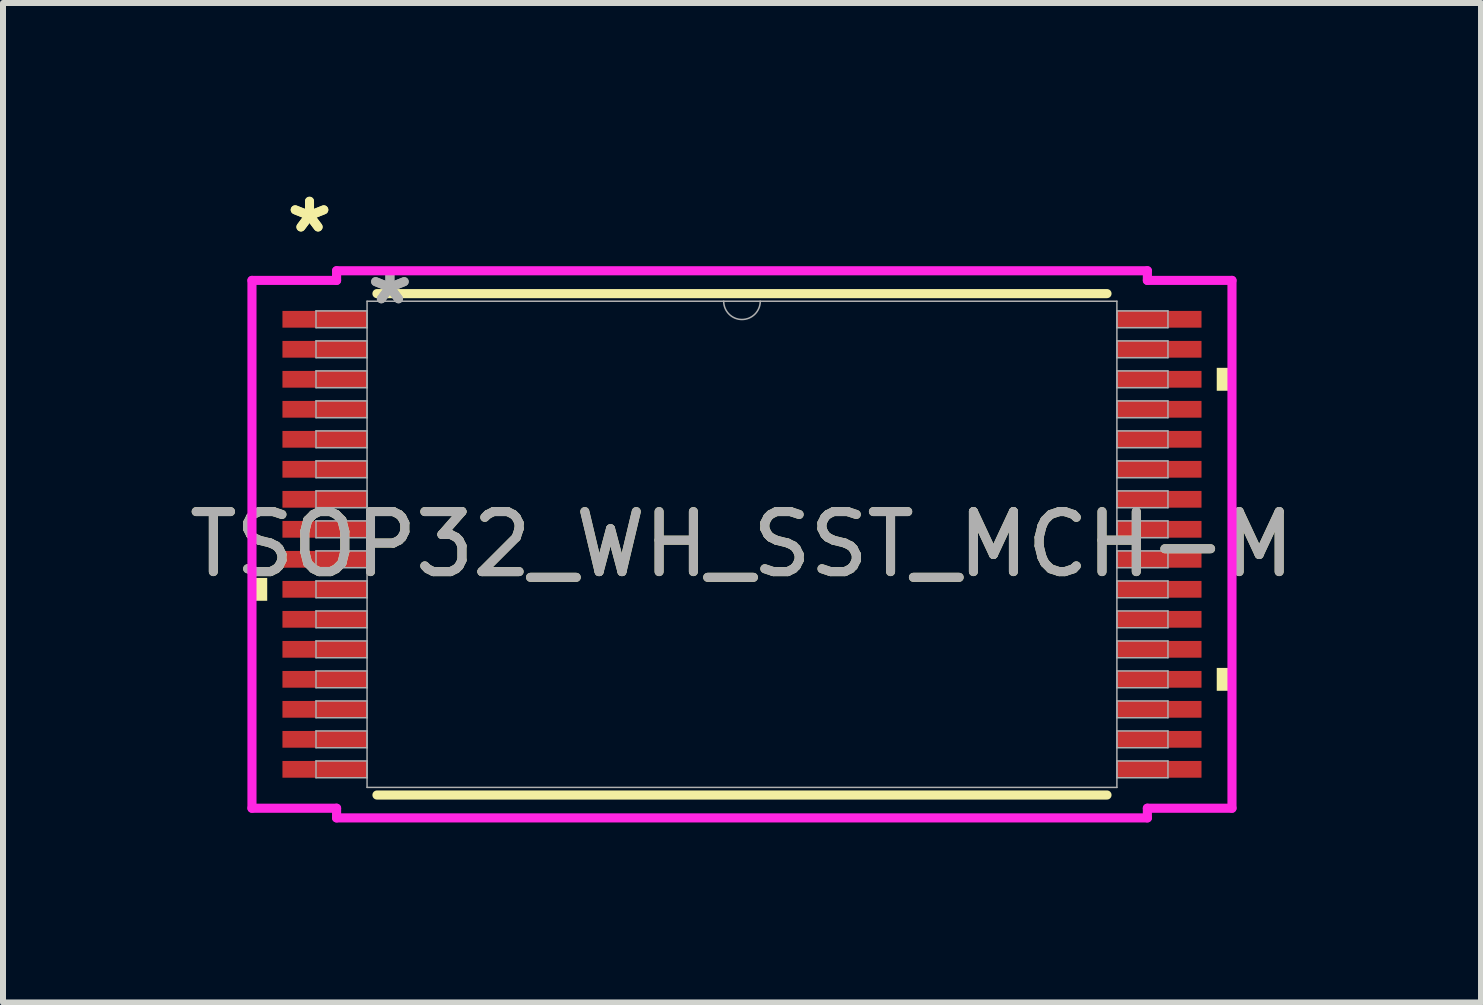
<source format=kicad_pcb>
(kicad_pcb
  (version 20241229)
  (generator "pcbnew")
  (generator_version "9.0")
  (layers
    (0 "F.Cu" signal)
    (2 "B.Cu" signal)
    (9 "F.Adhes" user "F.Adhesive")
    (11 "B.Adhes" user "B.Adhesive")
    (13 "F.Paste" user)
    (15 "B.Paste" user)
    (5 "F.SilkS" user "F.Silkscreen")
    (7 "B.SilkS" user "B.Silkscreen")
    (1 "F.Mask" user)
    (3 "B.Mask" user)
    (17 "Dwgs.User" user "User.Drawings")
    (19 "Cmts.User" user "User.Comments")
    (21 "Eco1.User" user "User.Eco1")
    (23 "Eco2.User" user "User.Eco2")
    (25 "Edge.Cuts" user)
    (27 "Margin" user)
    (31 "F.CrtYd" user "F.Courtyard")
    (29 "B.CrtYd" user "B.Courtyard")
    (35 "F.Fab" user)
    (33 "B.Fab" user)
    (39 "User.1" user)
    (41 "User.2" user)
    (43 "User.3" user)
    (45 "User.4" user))
  (footprint "TSOP32_WH_SST_MCH-M"
    (layer "F.Cu")
    (at 9.315 6.021)
    (property "Reference" "TSOP32_WH_SST_MCH-M" (at 0 0 0) (unlocked yes) (layer "F.SilkS") (effects (font (size 1 1) (thickness 0.15))))
    (attr smd)
    (fp_line (start -6.083 4.178) (end 6.083 4.178) (stroke (width 0.152) (type solid)) (layer "F.SilkS"))
    (fp_line (start 6.083 -4.178) (end -6.083 -4.178) (stroke (width 0.152) (type solid)) (layer "F.SilkS"))
    (fp_poly (pts (xy -8.166 0.56) (xy -8.166 0.941) (xy -7.912 0.941) (xy -7.912 0.56)) (stroke (width 0) (type solid)) (fill yes) (layer "F.SilkS"))
    (fp_poly (pts (xy 8.166 -2.941) (xy 8.166 -2.559) (xy 7.912 -2.559) (xy 7.912 -2.941)) (stroke (width 0) (type solid)) (fill yes) (layer "F.SilkS"))
    (fp_poly (pts (xy 8.166 2.06) (xy 8.166 2.441) (xy 7.912 2.441) (xy 7.912 2.06)) (stroke (width 0) (type solid)) (fill yes) (layer "F.SilkS"))
    (fp_line (start -8.166 -4.398) (end -6.756 -4.398) (stroke (width 0.152) (type solid)) (layer "F.CrtYd"))
    (fp_line (start -8.166 4.398) (end -8.166 -4.398) (stroke (width 0.152) (type solid)) (layer "F.CrtYd"))
    (fp_line (start -8.166 4.398) (end -6.756 4.398) (stroke (width 0.152) (type solid)) (layer "F.CrtYd"))
    (fp_line (start -6.756 -4.559) (end 6.756 -4.559) (stroke (width 0.152) (type solid)) (layer "F.CrtYd"))
    (fp_line (start -6.756 -4.398) (end -6.756 -4.559) (stroke (width 0.152) (type solid)) (layer "F.CrtYd"))
    (fp_line (start -6.756 4.559) (end -6.756 4.398) (stroke (width 0.152) (type solid)) (layer "F.CrtYd"))
    (fp_line (start 6.756 -4.559) (end 6.756 -4.398) (stroke (width 0.152) (type solid)) (layer "F.CrtYd"))
    (fp_line (start 6.756 4.398) (end 6.756 4.559) (stroke (width 0.152) (type solid)) (layer "F.CrtYd"))
    (fp_line (start 6.756 4.559) (end -6.756 4.559) (stroke (width 0.152) (type solid)) (layer "F.CrtYd"))
    (fp_line (start 8.166 -4.398) (end 6.756 -4.398) (stroke (width 0.152) (type solid)) (layer "F.CrtYd"))
    (fp_line (start 8.166 -4.398) (end 8.166 4.398) (stroke (width 0.152) (type solid)) (layer "F.CrtYd"))
    (fp_line (start 8.166 4.398) (end 6.756 4.398) (stroke (width 0.152) (type solid)) (layer "F.CrtYd"))
    (fp_line (start -7.099 -3.89) (end -7.099 -3.61) (stroke (width 0.025) (type solid)) (layer "F.Fab"))
    (fp_line (start -7.099 -3.61) (end -6.248 -3.61) (stroke (width 0.025) (type solid)) (layer "F.Fab"))
    (fp_line (start -7.099 -3.39) (end -7.099 -3.11) (stroke (width 0.025) (type solid)) (layer "F.Fab"))
    (fp_line (start -7.099 -3.11) (end -6.248 -3.11) (stroke (width 0.025) (type solid)) (layer "F.Fab"))
    (fp_line (start -7.099 -2.89) (end -7.099 -2.61) (stroke (width 0.025) (type solid)) (layer "F.Fab"))
    (fp_line (start -7.099 -2.61) (end -6.248 -2.61) (stroke (width 0.025) (type solid)) (layer "F.Fab"))
    (fp_line (start -7.099 -2.39) (end -7.099 -2.11) (stroke (width 0.025) (type solid)) (layer "F.Fab"))
    (fp_line (start -7.099 -2.11) (end -6.248 -2.11) (stroke (width 0.025) (type solid)) (layer "F.Fab"))
    (fp_line (start -7.099 -1.89) (end -7.099 -1.61) (stroke (width 0.025) (type solid)) (layer "F.Fab"))
    (fp_line (start -7.099 -1.61) (end -6.248 -1.61) (stroke (width 0.025) (type solid)) (layer "F.Fab"))
    (fp_line (start -7.099 -1.39) (end -7.099 -1.11) (stroke (width 0.025) (type solid)) (layer "F.Fab"))
    (fp_line (start -7.099 -1.11) (end -6.248 -1.11) (stroke (width 0.025) (type solid)) (layer "F.Fab"))
    (fp_line (start -7.099 -0.89) (end -7.099 -0.61) (stroke (width 0.025) (type solid)) (layer "F.Fab"))
    (fp_line (start -7.099 -0.61) (end -6.248 -0.61) (stroke (width 0.025) (type solid)) (layer "F.Fab"))
    (fp_line (start -7.099 -0.39) (end -7.099 -0.11) (stroke (width 0.025) (type solid)) (layer "F.Fab"))
    (fp_line (start -7.099 -0.11) (end -6.248 -0.11) (stroke (width 0.025) (type solid)) (layer "F.Fab"))
    (fp_line (start -7.099 0.11) (end -7.099 0.39) (stroke (width 0.025) (type solid)) (layer "F.Fab"))
    (fp_line (start -7.099 0.39) (end -6.248 0.39) (stroke (width 0.025) (type solid)) (layer "F.Fab"))
    (fp_line (start -7.099 0.61) (end -7.099 0.89) (stroke (width 0.025) (type solid)) (layer "F.Fab"))
    (fp_line (start -7.099 0.89) (end -6.248 0.89) (stroke (width 0.025) (type solid)) (layer "F.Fab"))
    (fp_line (start -7.099 1.11) (end -7.099 1.39) (stroke (width 0.025) (type solid)) (layer "F.Fab"))
    (fp_line (start -7.099 1.39) (end -6.248 1.39) (stroke (width 0.025) (type solid)) (layer "F.Fab"))
    (fp_line (start -7.099 1.61) (end -7.099 1.89) (stroke (width 0.025) (type solid)) (layer "F.Fab"))
    (fp_line (start -7.099 1.89) (end -6.248 1.89) (stroke (width 0.025) (type solid)) (layer "F.Fab"))
    (fp_line (start -7.099 2.11) (end -7.099 2.39) (stroke (width 0.025) (type solid)) (layer "F.Fab"))
    (fp_line (start -7.099 2.39) (end -6.248 2.39) (stroke (width 0.025) (type solid)) (layer "F.Fab"))
    (fp_line (start -7.099 2.61) (end -7.099 2.89) (stroke (width 0.025) (type solid)) (layer "F.Fab"))
    (fp_line (start -7.099 2.89) (end -6.248 2.89) (stroke (width 0.025) (type solid)) (layer "F.Fab"))
    (fp_line (start -7.099 3.11) (end -7.099 3.39) (stroke (width 0.025) (type solid)) (layer "F.Fab"))
    (fp_line (start -7.099 3.39) (end -6.248 3.39) (stroke (width 0.025) (type solid)) (layer "F.Fab"))
    (fp_line (start -7.099 3.61) (end -7.099 3.89) (stroke (width 0.025) (type solid)) (layer "F.Fab"))
    (fp_line (start -7.099 3.89) (end -6.248 3.89) (stroke (width 0.025) (type solid)) (layer "F.Fab"))
    (fp_line (start -6.248 -4.051) (end -6.248 4.051) (stroke (width 0.025) (type solid)) (layer "F.Fab"))
    (fp_line (start -6.248 -3.89) (end -7.099 -3.89) (stroke (width 0.025) (type solid)) (layer "F.Fab"))
    (fp_line (start -6.248 -3.61) (end -6.248 -3.89) (stroke (width 0.025) (type solid)) (layer "F.Fab"))
    (fp_line (start -6.248 -3.39) (end -7.099 -3.39) (stroke (width 0.025) (type solid)) (layer "F.Fab"))
    (fp_line (start -6.248 -3.11) (end -6.248 -3.39) (stroke (width 0.025) (type solid)) (layer "F.Fab"))
    (fp_line (start -6.248 -2.89) (end -7.099 -2.89) (stroke (width 0.025) (type solid)) (layer "F.Fab"))
    (fp_line (start -6.248 -2.61) (end -6.248 -2.89) (stroke (width 0.025) (type solid)) (layer "F.Fab"))
    (fp_line (start -6.248 -2.39) (end -7.099 -2.39) (stroke (width 0.025) (type solid)) (layer "F.Fab"))
    (fp_line (start -6.248 -2.11) (end -6.248 -2.39) (stroke (width 0.025) (type solid)) (layer "F.Fab"))
    (fp_line (start -6.248 -1.89) (end -7.099 -1.89) (stroke (width 0.025) (type solid)) (layer "F.Fab"))
    (fp_line (start -6.248 -1.61) (end -6.248 -1.89) (stroke (width 0.025) (type solid)) (layer "F.Fab"))
    (fp_line (start -6.248 -1.39) (end -7.099 -1.39) (stroke (width 0.025) (type solid)) (layer "F.Fab"))
    (fp_line (start -6.248 -1.11) (end -6.248 -1.39) (stroke (width 0.025) (type solid)) (layer "F.Fab"))
    (fp_line (start -6.248 -0.89) (end -7.099 -0.89) (stroke (width 0.025) (type solid)) (layer "F.Fab"))
    (fp_line (start -6.248 -0.61) (end -6.248 -0.89) (stroke (width 0.025) (type solid)) (layer "F.Fab"))
    (fp_line (start -6.248 -0.39) (end -7.099 -0.39) (stroke (width 0.025) (type solid)) (layer "F.Fab"))
    (fp_line (start -6.248 -0.11) (end -6.248 -0.39) (stroke (width 0.025) (type solid)) (layer "F.Fab"))
    (fp_line (start -6.248 0.11) (end -7.099 0.11) (stroke (width 0.025) (type solid)) (layer "F.Fab"))
    (fp_line (start -6.248 0.39) (end -6.248 0.11) (stroke (width 0.025) (type solid)) (layer "F.Fab"))
    (fp_line (start -6.248 0.61) (end -7.099 0.61) (stroke (width 0.025) (type solid)) (layer "F.Fab"))
    (fp_line (start -6.248 0.89) (end -6.248 0.61) (stroke (width 0.025) (type solid)) (layer "F.Fab"))
    (fp_line (start -6.248 1.11) (end -7.099 1.11) (stroke (width 0.025) (type solid)) (layer "F.Fab"))
    (fp_line (start -6.248 1.39) (end -6.248 1.11) (stroke (width 0.025) (type solid)) (layer "F.Fab"))
    (fp_line (start -6.248 1.61) (end -7.099 1.61) (stroke (width 0.025) (type solid)) (layer "F.Fab"))
    (fp_line (start -6.248 1.89) (end -6.248 1.61) (stroke (width 0.025) (type solid)) (layer "F.Fab"))
    (fp_line (start -6.248 2.11) (end -7.099 2.11) (stroke (width 0.025) (type solid)) (layer "F.Fab"))
    (fp_line (start -6.248 2.39) (end -6.248 2.11) (stroke (width 0.025) (type solid)) (layer "F.Fab"))
    (fp_line (start -6.248 2.61) (end -7.099 2.61) (stroke (width 0.025) (type solid)) (layer "F.Fab"))
    (fp_line (start -6.248 2.89) (end -6.248 2.61) (stroke (width 0.025) (type solid)) (layer "F.Fab"))
    (fp_line (start -6.248 3.11) (end -7.099 3.11) (stroke (width 0.025) (type solid)) (layer "F.Fab"))
    (fp_line (start -6.248 3.39) (end -6.248 3.11) (stroke (width 0.025) (type solid)) (layer "F.Fab"))
    (fp_line (start -6.248 3.61) (end -7.099 3.61) (stroke (width 0.025) (type solid)) (layer "F.Fab"))
    (fp_line (start -6.248 3.89) (end -6.248 3.61) (stroke (width 0.025) (type solid)) (layer "F.Fab"))
    (fp_line (start -6.248 4.051) (end 6.248 4.051) (stroke (width 0.025) (type solid)) (layer "F.Fab"))
    (fp_line (start 6.248 -4.051) (end -6.248 -4.051) (stroke (width 0.025) (type solid)) (layer "F.Fab"))
    (fp_line (start 6.248 -3.89) (end 6.248 -3.61) (stroke (width 0.025) (type solid)) (layer "F.Fab"))
    (fp_line (start 6.248 -3.61) (end 7.099 -3.61) (stroke (width 0.025) (type solid)) (layer "F.Fab"))
    (fp_line (start 6.248 -3.39) (end 6.248 -3.11) (stroke (width 0.025) (type solid)) (layer "F.Fab"))
    (fp_line (start 6.248 -3.11) (end 7.099 -3.11) (stroke (width 0.025) (type solid)) (layer "F.Fab"))
    (fp_line (start 6.248 -2.89) (end 6.248 -2.61) (stroke (width 0.025) (type solid)) (layer "F.Fab"))
    (fp_line (start 6.248 -2.61) (end 7.099 -2.61) (stroke (width 0.025) (type solid)) (layer "F.Fab"))
    (fp_line (start 6.248 -2.39) (end 6.248 -2.11) (stroke (width 0.025) (type solid)) (layer "F.Fab"))
    (fp_line (start 6.248 -2.11) (end 7.099 -2.11) (stroke (width 0.025) (type solid)) (layer "F.Fab"))
    (fp_line (start 6.248 -1.89) (end 6.248 -1.61) (stroke (width 0.025) (type solid)) (layer "F.Fab"))
    (fp_line (start 6.248 -1.61) (end 7.099 -1.61) (stroke (width 0.025) (type solid)) (layer "F.Fab"))
    (fp_line (start 6.248 -1.39) (end 6.248 -1.11) (stroke (width 0.025) (type solid)) (layer "F.Fab"))
    (fp_line (start 6.248 -1.11) (end 7.099 -1.11) (stroke (width 0.025) (type solid)) (layer "F.Fab"))
    (fp_line (start 6.248 -0.89) (end 6.248 -0.61) (stroke (width 0.025) (type solid)) (layer "F.Fab"))
    (fp_line (start 6.248 -0.61) (end 7.099 -0.61) (stroke (width 0.025) (type solid)) (layer "F.Fab"))
    (fp_line (start 6.248 -0.39) (end 6.248 -0.11) (stroke (width 0.025) (type solid)) (layer "F.Fab"))
    (fp_line (start 6.248 -0.11) (end 7.099 -0.11) (stroke (width 0.025) (type solid)) (layer "F.Fab"))
    (fp_line (start 6.248 0.11) (end 6.248 0.39) (stroke (width 0.025) (type solid)) (layer "F.Fab"))
    (fp_line (start 6.248 0.39) (end 7.099 0.39) (stroke (width 0.025) (type solid)) (layer "F.Fab"))
    (fp_line (start 6.248 0.61) (end 6.248 0.89) (stroke (width 0.025) (type solid)) (layer "F.Fab"))
    (fp_line (start 6.248 0.89) (end 7.099 0.89) (stroke (width 0.025) (type solid)) (layer "F.Fab"))
    (fp_line (start 6.248 1.11) (end 6.248 1.39) (stroke (width 0.025) (type solid)) (layer "F.Fab"))
    (fp_line (start 6.248 1.39) (end 7.099 1.39) (stroke (width 0.025) (type solid)) (layer "F.Fab"))
    (fp_line (start 6.248 1.61) (end 6.248 1.89) (stroke (width 0.025) (type solid)) (layer "F.Fab"))
    (fp_line (start 6.248 1.89) (end 7.099 1.89) (stroke (width 0.025) (type solid)) (layer "F.Fab"))
    (fp_line (start 6.248 2.11) (end 6.248 2.39) (stroke (width 0.025) (type solid)) (layer "F.Fab"))
    (fp_line (start 6.248 2.39) (end 7.099 2.39) (stroke (width 0.025) (type solid)) (layer "F.Fab"))
    (fp_line (start 6.248 2.61) (end 6.248 2.89) (stroke (width 0.025) (type solid)) (layer "F.Fab"))
    (fp_line (start 6.248 2.89) (end 7.099 2.89) (stroke (width 0.025) (type solid)) (layer "F.Fab"))
    (fp_line (start 6.248 3.11) (end 6.248 3.39) (stroke (width 0.025) (type solid)) (layer "F.Fab"))
    (fp_line (start 6.248 3.39) (end 7.099 3.39) (stroke (width 0.025) (type solid)) (layer "F.Fab"))
    (fp_line (start 6.248 3.61) (end 6.248 3.89) (stroke (width 0.025) (type solid)) (layer "F.Fab"))
    (fp_line (start 6.248 3.89) (end 7.099 3.89) (stroke (width 0.025) (type solid)) (layer "F.Fab"))
    (fp_line (start 6.248 4.051) (end 6.248 -4.051) (stroke (width 0.025) (type solid)) (layer "F.Fab"))
    (fp_line (start 7.099 -3.89) (end 6.248 -3.89) (stroke (width 0.025) (type solid)) (layer "F.Fab"))
    (fp_line (start 7.099 -3.61) (end 7.099 -3.89) (stroke (width 0.025) (type solid)) (layer "F.Fab"))
    (fp_line (start 7.099 -3.39) (end 6.248 -3.39) (stroke (width 0.025) (type solid)) (layer "F.Fab"))
    (fp_line (start 7.099 -3.11) (end 7.099 -3.39) (stroke (width 0.025) (type solid)) (layer "F.Fab"))
    (fp_line (start 7.099 -2.89) (end 6.248 -2.89) (stroke (width 0.025) (type solid)) (layer "F.Fab"))
    (fp_line (start 7.099 -2.61) (end 7.099 -2.89) (stroke (width 0.025) (type solid)) (layer "F.Fab"))
    (fp_line (start 7.099 -2.39) (end 6.248 -2.39) (stroke (width 0.025) (type solid)) (layer "F.Fab"))
    (fp_line (start 7.099 -2.11) (end 7.099 -2.39) (stroke (width 0.025) (type solid)) (layer "F.Fab"))
    (fp_line (start 7.099 -1.89) (end 6.248 -1.89) (stroke (width 0.025) (type solid)) (layer "F.Fab"))
    (fp_line (start 7.099 -1.61) (end 7.099 -1.89) (stroke (width 0.025) (type solid)) (layer "F.Fab"))
    (fp_line (start 7.099 -1.39) (end 6.248 -1.39) (stroke (width 0.025) (type solid)) (layer "F.Fab"))
    (fp_line (start 7.099 -1.11) (end 7.099 -1.39) (stroke (width 0.025) (type solid)) (layer "F.Fab"))
    (fp_line (start 7.099 -0.89) (end 6.248 -0.89) (stroke (width 0.025) (type solid)) (layer "F.Fab"))
    (fp_line (start 7.099 -0.61) (end 7.099 -0.89) (stroke (width 0.025) (type solid)) (layer "F.Fab"))
    (fp_line (start 7.099 -0.39) (end 6.248 -0.39) (stroke (width 0.025) (type solid)) (layer "F.Fab"))
    (fp_line (start 7.099 -0.11) (end 7.099 -0.39) (stroke (width 0.025) (type solid)) (layer "F.Fab"))
    (fp_line (start 7.099 0.11) (end 6.248 0.11) (stroke (width 0.025) (type solid)) (layer "F.Fab"))
    (fp_line (start 7.099 0.39) (end 7.099 0.11) (stroke (width 0.025) (type solid)) (layer "F.Fab"))
    (fp_line (start 7.099 0.61) (end 6.248 0.61) (stroke (width 0.025) (type solid)) (layer "F.Fab"))
    (fp_line (start 7.099 0.89) (end 7.099 0.61) (stroke (width 0.025) (type solid)) (layer "F.Fab"))
    (fp_line (start 7.099 1.11) (end 6.248 1.11) (stroke (width 0.025) (type solid)) (layer "F.Fab"))
    (fp_line (start 7.099 1.39) (end 7.099 1.11) (stroke (width 0.025) (type solid)) (layer "F.Fab"))
    (fp_line (start 7.099 1.61) (end 6.248 1.61) (stroke (width 0.025) (type solid)) (layer "F.Fab"))
    (fp_line (start 7.099 1.89) (end 7.099 1.61) (stroke (width 0.025) (type solid)) (layer "F.Fab"))
    (fp_line (start 7.099 2.11) (end 6.248 2.11) (stroke (width 0.025) (type solid)) (layer "F.Fab"))
    (fp_line (start 7.099 2.39) (end 7.099 2.11) (stroke (width 0.025) (type solid)) (layer "F.Fab"))
    (fp_line (start 7.099 2.61) (end 6.248 2.61) (stroke (width 0.025) (type solid)) (layer "F.Fab"))
    (fp_line (start 7.099 2.89) (end 7.099 2.61) (stroke (width 0.025) (type solid)) (layer "F.Fab"))
    (fp_line (start 7.099 3.11) (end 6.248 3.11) (stroke (width 0.025) (type solid)) (layer "F.Fab"))
    (fp_line (start 7.099 3.39) (end 7.099 3.11) (stroke (width 0.025) (type solid)) (layer "F.Fab"))
    (fp_line (start 7.099 3.61) (end 6.248 3.61) (stroke (width 0.025) (type solid)) (layer "F.Fab"))
    (fp_line (start 7.099 3.89) (end 7.099 3.61) (stroke (width 0.025) (type solid)) (layer "F.Fab"))
    (fp_arc (start 0.3048 -4.0513) (mid 0 -3.7465) (end -0.3048 -4.0513) (stroke (width 0.0254) (type solid)) (layer "F.Fab"))
    (fp_text user "*" (at -7.207 -5.172 0) (unlocked yes) (layer "F.SilkS") (effects (font (size 1 1) (thickness 0.15))))
    (fp_text user "*" (at -7.207 -5.172 0) (layer "F.SilkS") (effects (font (size 1 1) (thickness 0.15))))
    (fp_text user "*" (at -5.867 -3.975 0) (layer "F.Fab") (effects (font (size 1 1) (thickness 0.15))))
    (fp_text user "${REFERENCE}" (at 0 0 0) (unlocked yes) (layer "F.Fab") (effects (font (size 1 1) (thickness 0.15))))
    (fp_text user "*" (at -5.867 -3.975 0) (unlocked yes) (layer "F.Fab") (effects (font (size 1 1) (thickness 0.15))))
    (pad "1" smd rect (at -6.953 -3.75) (size 1.41 0.279) (layers "F.Cu" "F.Mask" "F.Paste"))
    (pad "2" smd rect (at -6.953 -3.25) (size 1.41 0.279) (layers "F.Cu" "F.Mask" "F.Paste"))
    (pad "3" smd rect (at -6.953 -2.75) (size 1.41 0.279) (layers "F.Cu" "F.Mask" "F.Paste"))
    (pad "4" smd rect (at -6.953 -2.25) (size 1.41 0.279) (layers "F.Cu" "F.Mask" "F.Paste"))
    (pad "5" smd rect (at -6.953 -1.75) (size 1.41 0.279) (layers "F.Cu" "F.Mask" "F.Paste"))
    (pad "6" smd rect (at -6.953 -1.25) (size 1.41 0.279) (layers "F.Cu" "F.Mask" "F.Paste"))
    (pad "7" smd rect (at -6.953 -0.75) (size 1.41 0.279) (layers "F.Cu" "F.Mask" "F.Paste"))
    (pad "8" smd rect (at -6.953 -0.25) (size 1.41 0.279) (layers "F.Cu" "F.Mask" "F.Paste"))
    (pad "9" smd rect (at -6.953 0.25) (size 1.41 0.279) (layers "F.Cu" "F.Mask" "F.Paste"))
    (pad "10" smd rect (at -6.953 0.75) (size 1.41 0.279) (layers "F.Cu" "F.Mask" "F.Paste"))
    (pad "11" smd rect (at -6.953 1.25) (size 1.41 0.279) (layers "F.Cu" "F.Mask" "F.Paste"))
    (pad "12" smd rect (at -6.953 1.75) (size 1.41 0.279) (layers "F.Cu" "F.Mask" "F.Paste"))
    (pad "13" smd rect (at -6.953 2.25) (size 1.41 0.279) (layers "F.Cu" "F.Mask" "F.Paste"))
    (pad "14" smd rect (at -6.953 2.75) (size 1.41 0.279) (layers "F.Cu" "F.Mask" "F.Paste"))
    (pad "15" smd rect (at -6.953 3.25) (size 1.41 0.279) (layers "F.Cu" "F.Mask" "F.Paste"))
    (pad "16" smd rect (at -6.953 3.75) (size 1.41 0.279) (layers "F.Cu" "F.Mask" "F.Paste"))
    (pad "17" smd rect (at 6.953 3.75) (size 1.41 0.279) (layers "F.Cu" "F.Mask" "F.Paste"))
    (pad "18" smd rect (at 6.953 3.25) (size 1.41 0.279) (layers "F.Cu" "F.Mask" "F.Paste"))
    (pad "19" smd rect (at 6.953 2.75) (size 1.41 0.279) (layers "F.Cu" "F.Mask" "F.Paste"))
    (pad "20" smd rect (at 6.953 2.25) (size 1.41 0.279) (layers "F.Cu" "F.Mask" "F.Paste"))
    (pad "21" smd rect (at 6.953 1.75) (size 1.41 0.279) (layers "F.Cu" "F.Mask" "F.Paste"))
    (pad "22" smd rect (at 6.953 1.25) (size 1.41 0.279) (layers "F.Cu" "F.Mask" "F.Paste"))
    (pad "23" smd rect (at 6.953 0.75) (size 1.41 0.279) (layers "F.Cu" "F.Mask" "F.Paste"))
    (pad "24" smd rect (at 6.953 0.25) (size 1.41 0.279) (layers "F.Cu" "F.Mask" "F.Paste"))
    (pad "25" smd rect (at 6.953 -0.25) (size 1.41 0.279) (layers "F.Cu" "F.Mask" "F.Paste"))
    (pad "26" smd rect (at 6.953 -0.75) (size 1.41 0.279) (layers "F.Cu" "F.Mask" "F.Paste"))
    (pad "27" smd rect (at 6.953 -1.25) (size 1.41 0.279) (layers "F.Cu" "F.Mask" "F.Paste"))
    (pad "28" smd rect (at 6.953 -1.75) (size 1.41 0.279) (layers "F.Cu" "F.Mask" "F.Paste"))
    (pad "29" smd rect (at 6.953 -2.25) (size 1.41 0.279) (layers "F.Cu" "F.Mask" "F.Paste"))
    (pad "30" smd rect (at 6.953 -2.75) (size 1.41 0.279) (layers "F.Cu" "F.Mask" "F.Paste"))
    (pad "31" smd rect (at 6.953 -3.25) (size 1.41 0.279) (layers "F.Cu" "F.Mask" "F.Paste"))
    (pad "32" smd rect (at 6.953 -3.75) (size 1.41 0.279) (layers "F.Cu" "F.Mask" "F.Paste")))
  (gr_rect
    (start -3 -3)
    (end 21.631 13.656)
    (stroke (width 0.1) (type default))
    (fill no)
    (layer "Edge.Cuts")))
</source>
